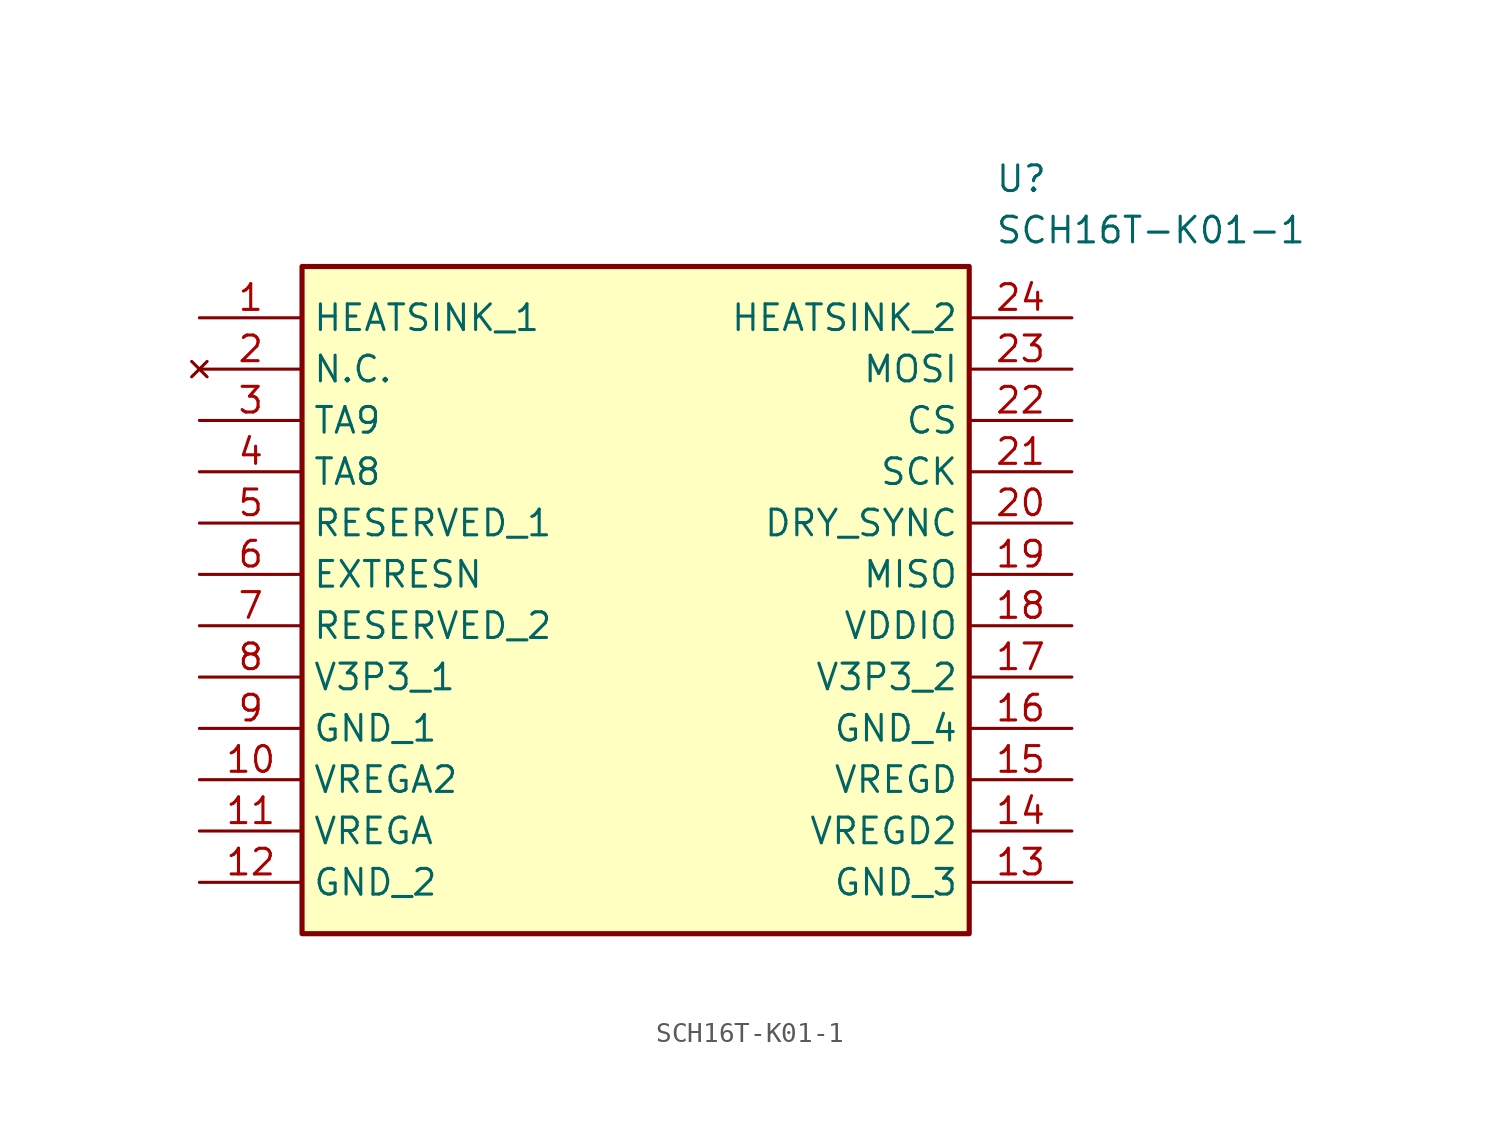
<source format=kicad_sym>
(kicad_symbol_lib
  (version 20211014)
  (generator SamacSys_ECAD_Model)
  (symbol "SCH16T-K01-1"
    (property "Reference" "U"
      (at 39.37 7.62 0)
      (effects (font (size 1.27 1.27)) (justify left top)))
    (property "Value" "SCH16T-K01-1"
      (at 39.37 5.08 0)
      (effects (font (size 1.27 1.27)) (justify left top)))
    (rectangle
      (start 5.08 2.54)
      (end 38.1 -30.48)
      (stroke (width 0.254) (type default))
      (fill (type background)))
    (pin passive line
      (at 0 0 0)
      (length 5.08)
      (name "HEATSINK_1" (effects (font (size 1.27 1.27))))
      (number "1" (effects (font (size 1.27 1.27)))))
    (pin no_connect line
      (at 0 -2.54 0)
      (length 5.08)
      (name "N.C." (effects (font (size 1.27 1.27))))
      (number "2" (effects (font (size 1.27 1.27)))))
    (pin passive line
      (at 0 -5.08 0)
      (length 5.08)
      (name "TA9" (effects (font (size 1.27 1.27))))
      (number "3" (effects (font (size 1.27 1.27)))))
    (pin passive line
      (at 0 -7.62 0)
      (length 5.08)
      (name "TA8" (effects (font (size 1.27 1.27))))
      (number "4" (effects (font (size 1.27 1.27)))))
    (pin passive line
      (at 0 -10.16 0)
      (length 5.08)
      (name "RESERVED_1" (effects (font (size 1.27 1.27))))
      (number "5" (effects (font (size 1.27 1.27)))))
    (pin passive line
      (at 0 -12.7 0)
      (length 5.08)
      (name "EXTRESN" (effects (font (size 1.27 1.27))))
      (number "6" (effects (font (size 1.27 1.27)))))
    (pin passive line
      (at 0 -15.24 0)
      (length 5.08)
      (name "RESERVED_2" (effects (font (size 1.27 1.27))))
      (number "7" (effects (font (size 1.27 1.27)))))
    (pin passive line
      (at 0 -17.78 0)
      (length 5.08)
      (name "V3P3_1" (effects (font (size 1.27 1.27))))
      (number "8" (effects (font (size 1.27 1.27)))))
    (pin passive line
      (at 0 -20.32 0)
      (length 5.08)
      (name "GND_1" (effects (font (size 1.27 1.27))))
      (number "9" (effects (font (size 1.27 1.27)))))
    (pin passive line
      (at 0 -22.86 0)
      (length 5.08)
      (name "VREGA2" (effects (font (size 1.27 1.27))))
      (number "10" (effects (font (size 1.27 1.27)))))
    (pin passive line
      (at 0 -25.4 0)
      (length 5.08)
      (name "VREGA" (effects (font (size 1.27 1.27))))
      (number "11" (effects (font (size 1.27 1.27)))))
    (pin passive line
      (at 0 -27.94 0)
      (length 5.08)
      (name "GND_2" (effects (font (size 1.27 1.27))))
      (number "12" (effects (font (size 1.27 1.27)))))
    (pin passive line
      (at 43.18 -27.94 180)
      (length 5.08)
      (name "GND_3" (effects (font (size 1.27 1.27))))
      (number "13" (effects (font (size 1.27 1.27)))))
    (pin passive line
      (at 43.18 -25.4 180)
      (length 5.08)
      (name "VREGD2" (effects (font (size 1.27 1.27))))
      (number "14" (effects (font (size 1.27 1.27)))))
    (pin passive line
      (at 43.18 -22.86 180)
      (length 5.08)
      (name "VREGD" (effects (font (size 1.27 1.27))))
      (number "15" (effects (font (size 1.27 1.27)))))
    (pin passive line
      (at 43.18 -20.32 180)
      (length 5.08)
      (name "GND_4" (effects (font (size 1.27 1.27))))
      (number "16" (effects (font (size 1.27 1.27)))))
    (pin passive line
      (at 43.18 -17.78 180)
      (length 5.08)
      (name "V3P3_2" (effects (font (size 1.27 1.27))))
      (number "17" (effects (font (size 1.27 1.27)))))
    (pin passive line
      (at 43.18 -15.24 180)
      (length 5.08)
      (name "VDDIO" (effects (font (size 1.27 1.27))))
      (number "18" (effects (font (size 1.27 1.27)))))
    (pin passive line
      (at 43.18 -12.7 180)
      (length 5.08)
      (name "MISO" (effects (font (size 1.27 1.27))))
      (number "19" (effects (font (size 1.27 1.27)))))
    (pin passive line
      (at 43.18 -10.16 180)
      (length 5.08)
      (name "DRY_SYNC" (effects (font (size 1.27 1.27))))
      (number "20" (effects (font (size 1.27 1.27)))))
    (pin passive line
      (at 43.18 -7.62 180)
      (length 5.08)
      (name "SCK" (effects (font (size 1.27 1.27))))
      (number "21" (effects (font (size 1.27 1.27)))))
    (pin passive line
      (at 43.18 -5.08 180)
      (length 5.08)
      (name "CS" (effects (font (size 1.27 1.27))))
      (number "22" (effects (font (size 1.27 1.27)))))
    (pin passive line
      (at 43.18 -2.54 180)
      (length 5.08)
      (name "MOSI" (effects (font (size 1.27 1.27))))
      (number "23" (effects (font (size 1.27 1.27)))))
    (pin passive line
      (at 43.18 0 180)
      (length 5.08)
      (name "HEATSINK_2" (effects (font (size 1.27 1.27))))
      (number "24" (effects (font (size 1.27 1.27)))))))
</source>
